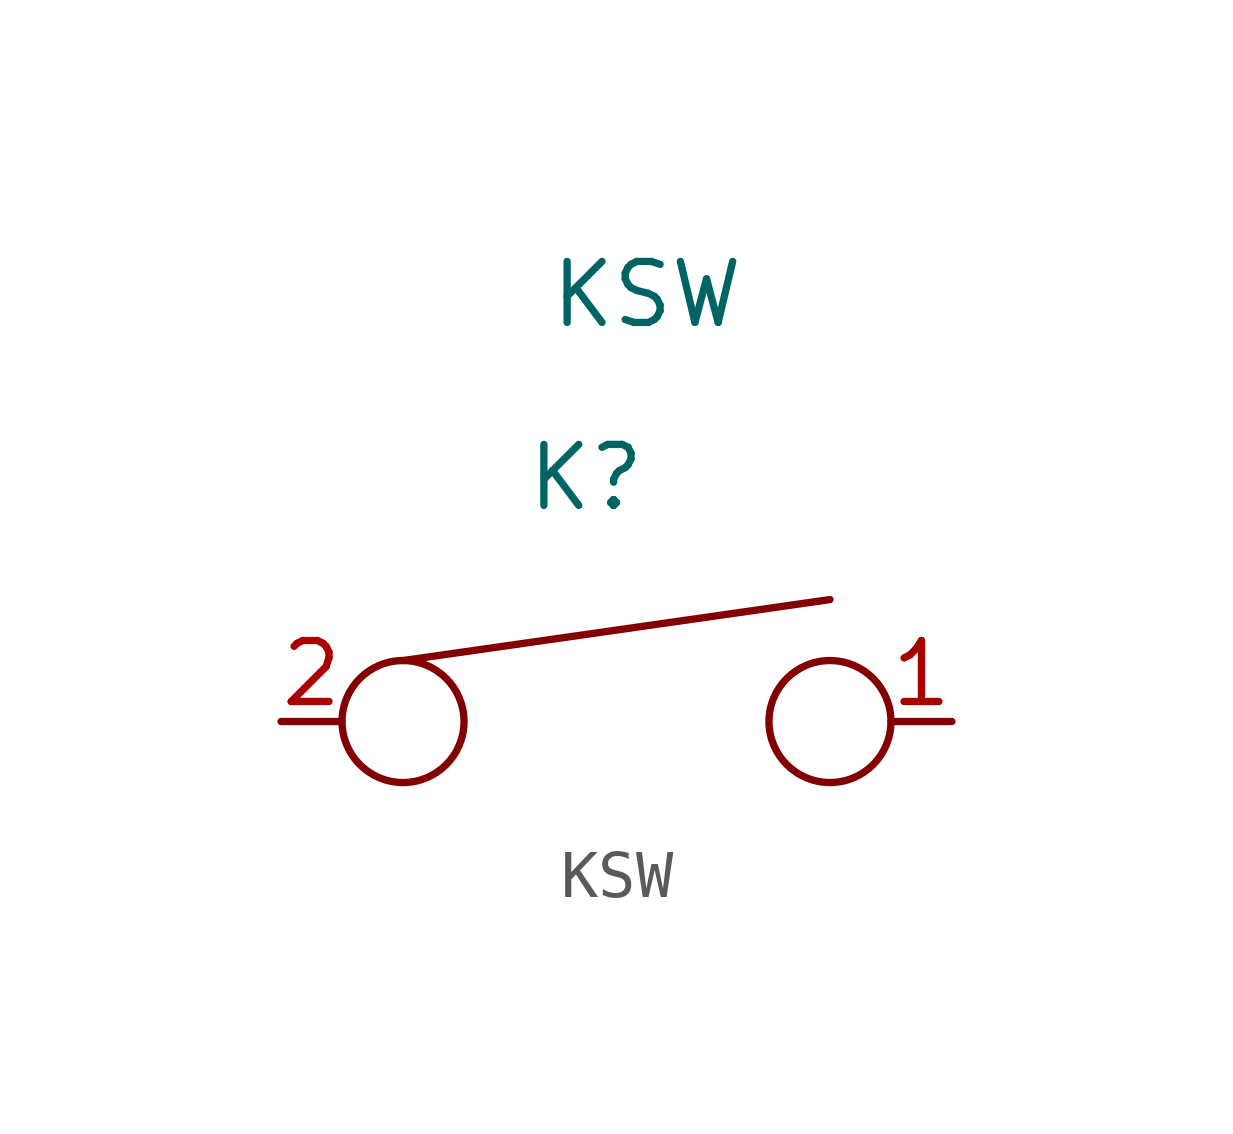
<source format=kicad_sym>
(kicad_symbol_lib
  (version 20211014)
  (generator kicad_symbol_editor)
  (symbol "KSW"
    (property "Reference" "K"
      (at -6.35 0 0)
      (effects (font (size 1.27 1.27))))
    (property "Value" "KSW"
      (at -5.08 3.81 0)
      (effects (font (size 1.27 1.27))))
    (symbol "KSW_0_1"
      (circle (center -10.16 -5.08) (radius 1.27) (stroke (width 0) (type default) (color 0 0 0 0)) (fill (type none)))
      (circle (center -1.27 -5.08) (radius 1.27) (stroke (width 0) (type default) (color 0 0 0 0)) (fill (type none)))
      (polyline (pts (xy -10.16 -3.81) (xy -1.27 -2.54)) (stroke (width 0) (type default) (color 0 0 0 0)) (fill (type none))))
    (symbol "KSW_1_1"
      (pin bidirectional line (at 1.27 -5.08 180) (length 1.27) (name "" (effects (font (size 1.27 1.27)))) (number "1" (effects (font (size 1.27 1.27)))))
      (pin bidirectional line (at -12.7 -5.08 0) (length 1.27) (name "" (effects (font (size 1.27 1.27)))) (number "2" (effects (font (size 1.27 1.27))))))))
</source>
